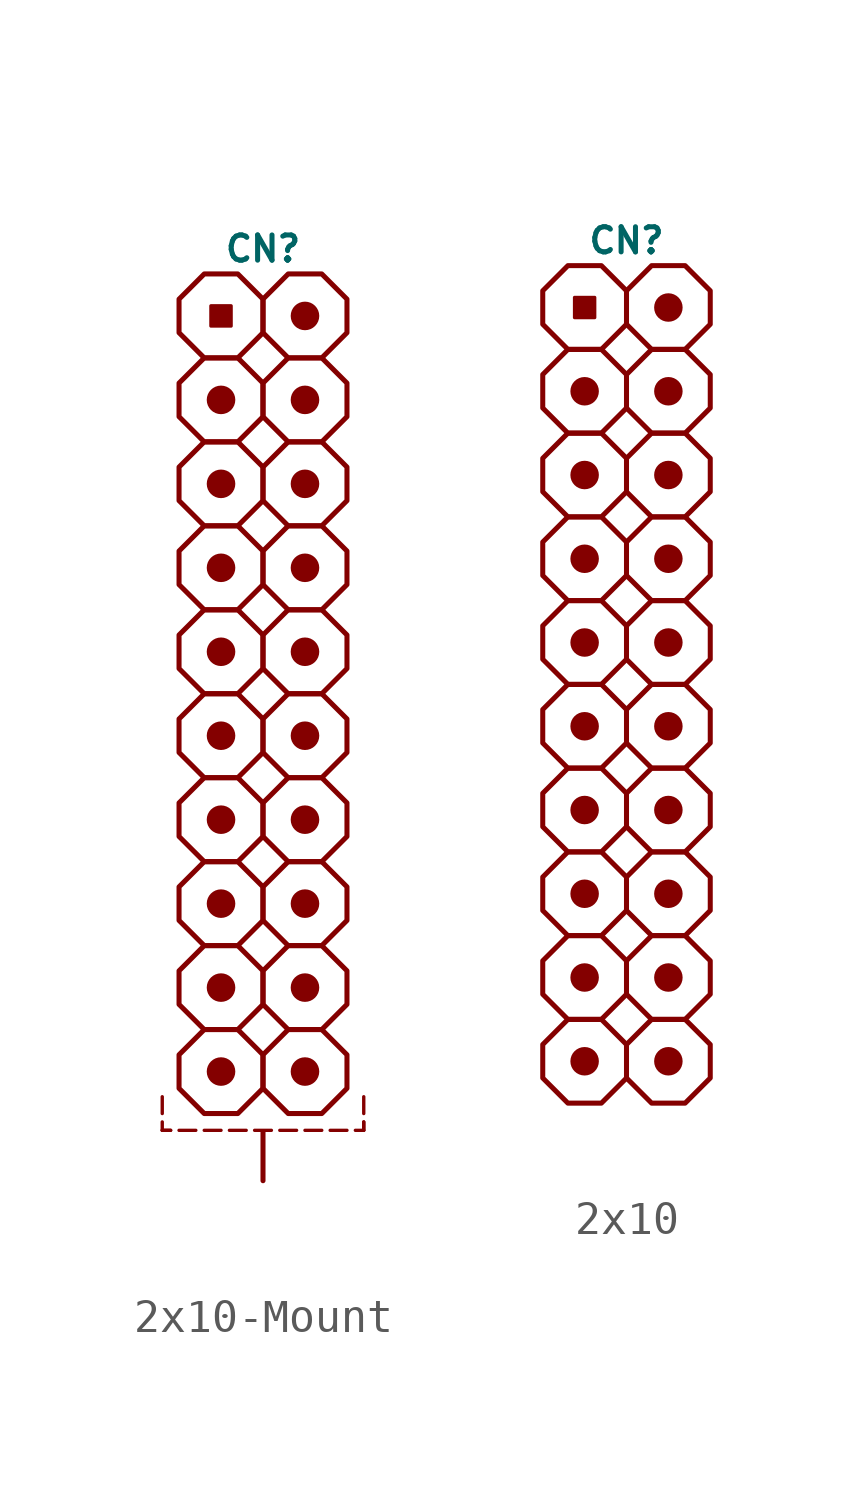
<source format=kicad_sym>
(kicad_symbol_lib
  (version 20220914)
  (generator kicad_symbol_editor)
  (symbol "2x10-Mount"
    (pin_numbers hide)
    (pin_names
      (offset 0) hide)
    (property "Reference" "CN"
      (at 0 13.462 0)
      (effects (font (size 0.762 0.762))))
    (symbol "2x10-Mount_0_1"
      (rectangle (start -1.575 11.735) (end -0.965 11.125) (stroke (width 0.102) (type solid)) (fill (type outline)))
      (circle (center -1.27 -11.43) (radius 0.356) (stroke (width 0) (type solid)) (fill (type outline)))
      (circle (center -1.27 -8.89) (radius 0.356) (stroke (width 0) (type solid)) (fill (type outline)))
      (circle (center -1.27 -6.35) (radius 0.356) (stroke (width 0) (type solid)) (fill (type outline)))
      (circle (center -1.27 -3.81) (radius 0.356) (stroke (width 0) (type solid)) (fill (type outline)))
      (circle (center -1.27 -1.27) (radius 0.356) (stroke (width 0) (type solid)) (fill (type outline)))
      (circle (center -1.27 1.27) (radius 0.356) (stroke (width 0) (type solid)) (fill (type outline)))
      (circle (center -1.27 3.81) (radius 0.356) (stroke (width 0) (type solid)) (fill (type outline)))
      (circle (center -1.27 6.35) (radius 0.356) (stroke (width 0) (type solid)) (fill (type outline)))
      (circle (center -1.27 8.89) (radius 0.356) (stroke (width 0) (type solid)) (fill (type outline)))
      (polyline (pts (xy -1.27 -12.7) (xy -1.778 -12.7) (xy -2.54 -11.938) (xy -2.54 -10.922) (xy -1.778 -10.16) (xy -0.762 -10.16) (xy 0 -10.922) (xy 0 -11.938) (xy -0.762 -12.7) (xy -1.27 -12.7)) (stroke (width 0) (type solid)) (fill (type none)))
      (polyline (pts (xy -1.27 -10.16) (xy -1.778 -10.16) (xy -2.54 -9.398) (xy -2.54 -8.382) (xy -1.778 -7.62) (xy -0.762 -7.62) (xy 0 -8.382) (xy 0 -9.398) (xy -0.762 -10.16) (xy -1.27 -10.16)) (stroke (width 0) (type solid)) (fill (type none)))
      (polyline (pts (xy -1.27 -7.62) (xy -1.778 -7.62) (xy -2.54 -6.858) (xy -2.54 -5.842) (xy -1.778 -5.08) (xy -0.762 -5.08) (xy 0 -5.842) (xy 0 -6.858) (xy -0.762 -7.62) (xy -1.27 -7.62)) (stroke (width 0) (type solid)) (fill (type none)))
      (polyline (pts (xy -1.27 -5.08) (xy -1.778 -5.08) (xy -2.54 -4.318) (xy -2.54 -3.302) (xy -1.778 -2.54) (xy -0.762 -2.54) (xy 0 -3.302) (xy 0 -4.318) (xy -0.762 -5.08) (xy -1.27 -5.08)) (stroke (width 0) (type solid)) (fill (type none)))
      (polyline (pts (xy -1.27 -2.54) (xy -1.778 -2.54) (xy -2.54 -1.778) (xy -2.54 -0.762) (xy -1.778 0) (xy -0.762 0) (xy 0 -0.762) (xy 0 -1.778) (xy -0.762 -2.54) (xy -1.27 -2.54)) (stroke (width 0) (type solid)) (fill (type none)))
      (polyline (pts (xy -1.27 0) (xy -1.778 0) (xy -2.54 0.762) (xy -2.54 1.778) (xy -1.778 2.54) (xy -0.762 2.54) (xy 0 1.778) (xy 0 0.762) (xy -0.762 0) (xy -1.27 0)) (stroke (width 0) (type solid)) (fill (type none)))
      (polyline (pts (xy -1.27 2.54) (xy -1.778 2.54) (xy -2.54 3.302) (xy -2.54 4.318) (xy -1.778 5.08) (xy -0.762 5.08) (xy 0 4.318) (xy 0 3.302) (xy -0.762 2.54) (xy -1.27 2.54)) (stroke (width 0) (type solid)) (fill (type none)))
      (polyline (pts (xy -1.27 5.08) (xy -1.778 5.08) (xy -2.54 5.842) (xy -2.54 6.858) (xy -1.778 7.62) (xy -0.762 7.62) (xy 0 6.858) (xy 0 5.842) (xy -0.762 5.08) (xy -1.27 5.08)) (stroke (width 0) (type solid)) (fill (type none)))
      (polyline (pts (xy -1.27 7.62) (xy -1.778 7.62) (xy -2.54 8.382) (xy -2.54 9.398) (xy -1.778 10.16) (xy -0.762 10.16) (xy 0 9.398) (xy 0 8.382) (xy -0.762 7.62) (xy -1.27 7.62)) (stroke (width 0) (type solid)) (fill (type none)))
      (polyline (pts (xy -1.27 10.16) (xy -1.778 10.16) (xy -2.54 10.922) (xy -2.54 11.938) (xy -1.778 12.7) (xy -0.762 12.7) (xy 0 11.938) (xy 0 10.922) (xy -0.762 10.16) (xy -1.27 10.16)) (stroke (width 0) (type solid)) (fill (type none)))
      (polyline (pts (xy 1.27 -12.7) (xy 0.762 -12.7) (xy 0 -11.938) (xy 0 -10.922) (xy 0.762 -10.16) (xy 1.778 -10.16) (xy 2.54 -10.922) (xy 2.54 -11.938) (xy 1.778 -12.7) (xy 1.27 -12.7)) (stroke (width 0) (type solid)) (fill (type none)))
      (polyline (pts (xy 1.27 -10.16) (xy 0.762 -10.16) (xy 0 -9.398) (xy 0 -8.382) (xy 0.762 -7.62) (xy 1.778 -7.62) (xy 2.54 -8.382) (xy 2.54 -9.398) (xy 1.778 -10.16) (xy 1.27 -10.16)) (stroke (width 0) (type solid)) (fill (type none)))
      (polyline (pts (xy 1.27 -7.62) (xy 0.762 -7.62) (xy 0 -6.858) (xy 0 -5.842) (xy 0.762 -5.08) (xy 1.778 -5.08) (xy 2.54 -5.842) (xy 2.54 -6.858) (xy 1.778 -7.62) (xy 1.27 -7.62)) (stroke (width 0) (type solid)) (fill (type none)))
      (polyline (pts (xy 1.27 -5.08) (xy 0.762 -5.08) (xy 0 -4.318) (xy 0 -3.302) (xy 0.762 -2.54) (xy 1.778 -2.54) (xy 2.54 -3.302) (xy 2.54 -4.318) (xy 1.778 -5.08) (xy 1.27 -5.08)) (stroke (width 0) (type solid)) (fill (type none)))
      (polyline (pts (xy 1.27 -2.54) (xy 0.762 -2.54) (xy 0 -1.778) (xy 0 -0.762) (xy 0.762 0) (xy 1.778 0) (xy 2.54 -0.762) (xy 2.54 -1.778) (xy 1.778 -2.54) (xy 1.27 -2.54)) (stroke (width 0) (type solid)) (fill (type none)))
      (polyline (pts (xy 1.27 0) (xy 0.762 0) (xy 0 0.762) (xy 0 1.778) (xy 0.762 2.54) (xy 1.778 2.54) (xy 2.54 1.778) (xy 2.54 0.762) (xy 1.778 0) (xy 1.27 0)) (stroke (width 0) (type solid)) (fill (type none)))
      (polyline (pts (xy 1.27 2.54) (xy 0.762 2.54) (xy 0 3.302) (xy 0 4.318) (xy 0.762 5.08) (xy 1.778 5.08) (xy 2.54 4.318) (xy 2.54 3.302) (xy 1.778 2.54) (xy 1.27 2.54)) (stroke (width 0) (type solid)) (fill (type none)))
      (polyline (pts (xy 1.27 5.08) (xy 0.762 5.08) (xy 0 5.842) (xy 0 6.858) (xy 0.762 7.62) (xy 1.778 7.62) (xy 2.54 6.858) (xy 2.54 5.842) (xy 1.778 5.08) (xy 1.27 5.08)) (stroke (width 0) (type solid)) (fill (type none)))
      (polyline (pts (xy 1.27 7.62) (xy 0.762 7.62) (xy 0 8.382) (xy 0 9.398) (xy 0.762 10.16) (xy 1.778 10.16) (xy 2.54 9.398) (xy 2.54 8.382) (xy 1.778 7.62) (xy 1.27 7.62)) (stroke (width 0) (type solid)) (fill (type none)))
      (polyline (pts (xy 1.27 10.16) (xy 0.762 10.16) (xy 0 10.922) (xy 0 11.938) (xy 0.762 12.7) (xy 1.778 12.7) (xy 2.54 11.938) (xy 2.54 10.922) (xy 1.778 10.16) (xy 1.27 10.16)) (stroke (width 0) (type solid)) (fill (type none)))
      (circle (center 1.27 -11.43) (radius 0.356) (stroke (width 0) (type solid)) (fill (type outline)))
      (circle (center 1.27 -8.89) (radius 0.356) (stroke (width 0) (type solid)) (fill (type outline)))
      (circle (center 1.27 -6.35) (radius 0.356) (stroke (width 0) (type solid)) (fill (type outline)))
      (circle (center 1.27 -3.81) (radius 0.356) (stroke (width 0) (type solid)) (fill (type outline)))
      (circle (center 1.27 -1.27) (radius 0.356) (stroke (width 0) (type solid)) (fill (type outline)))
      (circle (center 1.27 1.27) (radius 0.356) (stroke (width 0) (type solid)) (fill (type outline)))
      (circle (center 1.27 3.81) (radius 0.356) (stroke (width 0) (type solid)) (fill (type outline)))
      (circle (center 1.27 6.35) (radius 0.356) (stroke (width 0) (type solid)) (fill (type outline)))
      (circle (center 1.27 8.89) (radius 0.356) (stroke (width 0) (type solid)) (fill (type outline)))
      (circle (center 1.27 11.43) (radius 0.356) (stroke (width 0) (type solid)) (fill (type outline))))
    (symbol "2x10-Mount_1_1"
      (polyline (pts (xy -3.048 -13.208) (xy -3.048 -12.954)) (stroke (width 0.102) (type solid)) (fill (type none)))
      (polyline (pts (xy -3.048 -13.208) (xy -2.794 -13.208)) (stroke (width 0.102) (type solid)) (fill (type none)))
      (polyline (pts (xy -3.048 -13.208) (xy -2.794 -13.208)) (stroke (width 0.102) (type solid)) (fill (type none)))
      (polyline (pts (xy -3.048 -12.7) (xy -3.048 -12.192)) (stroke (width 0.102) (type solid)) (fill (type none)))
      (polyline (pts (xy -2.54 -13.208) (xy -2.032 -13.208)) (stroke (width 0.102) (type solid)) (fill (type none)))
      (polyline (pts (xy -1.778 -13.208) (xy -1.27 -13.208)) (stroke (width 0.102) (type solid)) (fill (type none)))
      (polyline (pts (xy -1.016 -13.208) (xy -0.508 -13.208)) (stroke (width 0.102) (type solid)) (fill (type none)))
      (polyline (pts (xy -0.254 -13.208) (xy 0.254 -13.208)) (stroke (width 0.102) (type solid)) (fill (type none)))
      (polyline (pts (xy 0.508 -13.208) (xy 1.016 -13.208)) (stroke (width 0.102) (type solid)) (fill (type none)))
      (polyline (pts (xy 1.27 -13.208) (xy 1.778 -13.208)) (stroke (width 0.102) (type solid)) (fill (type none)))
      (polyline (pts (xy 2.032 -13.208) (xy 2.54 -13.208)) (stroke (width 0.102) (type solid)) (fill (type none)))
      (polyline (pts (xy 3.048 -13.208) (xy 2.794 -13.208)) (stroke (width 0.102) (type solid)) (fill (type none)))
      (polyline (pts (xy 3.048 -13.208) (xy 3.048 -12.954)) (stroke (width 0.102) (type solid)) (fill (type none)))
      (polyline (pts (xy 3.048 -13.208) (xy 3.048 -12.954)) (stroke (width 0.102) (type solid)) (fill (type none)))
      (polyline (pts (xy 3.048 -12.7) (xy 3.048 -12.192)) (stroke (width 0.102) (type solid)) (fill (type none)))
      (pin passive line (at 0 -14.732 90) (length 1.473) (name "0" (effects (font (size 0.762 0.762)))) (number "0" (effects (font (size 0.762 0.762)))))
      (pin passive line (at -1.27 11.43 0) (length 0) (name "1" (effects (font (size 0.889 0.889)))) (number "1" (effects (font (size 0.889 0.889)))))
      (pin passive line (at 1.27 1.27 180) (length 0) (name "10" (effects (font (size 0.889 0.889)))) (number "10" (effects (font (size 0.889 0.889)))))
      (pin passive line (at -1.27 -1.27 0) (length 0) (name "11" (effects (font (size 0.889 0.889)))) (number "11" (effects (font (size 0.889 0.889)))))
      (pin passive line (at 1.27 -1.27 180) (length 0) (name "12" (effects (font (size 0.889 0.889)))) (number "12" (effects (font (size 0.889 0.889)))))
      (pin passive line (at -1.27 -3.81 0) (length 0) (name "13" (effects (font (size 0.889 0.889)))) (number "13" (effects (font (size 0.889 0.889)))))
      (pin passive line (at 1.27 -3.81 180) (length 0) (name "14" (effects (font (size 0.889 0.889)))) (number "14" (effects (font (size 0.889 0.889)))))
      (pin passive line (at -1.27 -6.35 0) (length 0) (name "15" (effects (font (size 0.889 0.889)))) (number "15" (effects (font (size 0.889 0.889)))))
      (pin passive line (at 1.27 -6.35 180) (length 0) (name "16" (effects (font (size 0.889 0.889)))) (number "16" (effects (font (size 0.889 0.889)))))
      (pin passive line (at -1.27 -8.89 0) (length 0) (name "17" (effects (font (size 0.889 0.889)))) (number "17" (effects (font (size 0.889 0.889)))))
      (pin passive line (at 1.27 -8.89 180) (length 0) (name "18" (effects (font (size 0.889 0.889)))) (number "18" (effects (font (size 0.889 0.889)))))
      (pin passive line (at -1.27 -11.43 0) (length 0) (name "19" (effects (font (size 0.889 0.889)))) (number "19" (effects (font (size 0.889 0.889)))))
      (pin passive line (at 1.27 11.43 180) (length 0) (name "2" (effects (font (size 0.889 0.889)))) (number "2" (effects (font (size 0.889 0.889)))))
      (pin passive line (at 1.27 -11.43 180) (length 0) (name "20" (effects (font (size 0.889 0.889)))) (number "20" (effects (font (size 0.889 0.889)))))
      (pin passive line (at -1.27 8.89 0) (length 0) (name "3" (effects (font (size 0.889 0.889)))) (number "3" (effects (font (size 0.889 0.889)))))
      (pin passive line (at 1.27 8.89 180) (length 0) (name "4" (effects (font (size 0.889 0.889)))) (number "4" (effects (font (size 0.889 0.889)))))
      (pin passive line (at -1.27 6.35 0) (length 0) (name "5" (effects (font (size 0.889 0.889)))) (number "5" (effects (font (size 0.889 0.889)))))
      (pin passive line (at 1.27 6.35 180) (length 0) (name "6" (effects (font (size 0.889 0.889)))) (number "6" (effects (font (size 0.889 0.889)))))
      (pin passive line (at -1.27 3.81 0) (length 0) (name "7" (effects (font (size 0.889 0.889)))) (number "7" (effects (font (size 0.889 0.889)))))
      (pin passive line (at 1.27 3.81 180) (length 0) (name "8" (effects (font (size 0.889 0.889)))) (number "8" (effects (font (size 0.889 0.889)))))
      (pin passive line (at -1.27 1.27 0) (length 0) (name "9" (effects (font (size 0.889 0.889)))) (number "9" (effects (font (size 0.889 0.889)))))))
  (symbol "2x10"
    (pin_numbers hide)
    (pin_names
      (offset 0) hide)
    (property "Reference" "CN"
      (at 0 13.462 0)
      (effects (font (size 0.762 0.762))))
    (symbol "2x10_0_1"
      (rectangle (start -1.575 11.735) (end -0.965 11.125) (stroke (width 0.102) (type solid)) (fill (type outline)))
      (circle (center -1.27 -11.43) (radius 0.356) (stroke (width 0) (type solid)) (fill (type outline)))
      (circle (center -1.27 -8.89) (radius 0.356) (stroke (width 0) (type solid)) (fill (type outline)))
      (circle (center -1.27 -6.35) (radius 0.356) (stroke (width 0) (type solid)) (fill (type outline)))
      (circle (center -1.27 -3.81) (radius 0.356) (stroke (width 0) (type solid)) (fill (type outline)))
      (circle (center -1.27 -1.27) (radius 0.356) (stroke (width 0) (type solid)) (fill (type outline)))
      (circle (center -1.27 1.27) (radius 0.356) (stroke (width 0) (type solid)) (fill (type outline)))
      (circle (center -1.27 3.81) (radius 0.356) (stroke (width 0) (type solid)) (fill (type outline)))
      (circle (center -1.27 6.35) (radius 0.356) (stroke (width 0) (type solid)) (fill (type outline)))
      (circle (center -1.27 8.89) (radius 0.356) (stroke (width 0) (type solid)) (fill (type outline)))
      (polyline (pts (xy -1.27 -12.7) (xy -1.778 -12.7) (xy -2.54 -11.938) (xy -2.54 -10.922) (xy -1.778 -10.16) (xy -0.762 -10.16) (xy 0 -10.922) (xy 0 -11.938) (xy -0.762 -12.7) (xy -1.27 -12.7)) (stroke (width 0) (type solid)) (fill (type none)))
      (polyline (pts (xy -1.27 -10.16) (xy -1.778 -10.16) (xy -2.54 -9.398) (xy -2.54 -8.382) (xy -1.778 -7.62) (xy -0.762 -7.62) (xy 0 -8.382) (xy 0 -9.398) (xy -0.762 -10.16) (xy -1.27 -10.16)) (stroke (width 0) (type solid)) (fill (type none)))
      (polyline (pts (xy -1.27 -7.62) (xy -1.778 -7.62) (xy -2.54 -6.858) (xy -2.54 -5.842) (xy -1.778 -5.08) (xy -0.762 -5.08) (xy 0 -5.842) (xy 0 -6.858) (xy -0.762 -7.62) (xy -1.27 -7.62)) (stroke (width 0) (type solid)) (fill (type none)))
      (polyline (pts (xy -1.27 -5.08) (xy -1.778 -5.08) (xy -2.54 -4.318) (xy -2.54 -3.302) (xy -1.778 -2.54) (xy -0.762 -2.54) (xy 0 -3.302) (xy 0 -4.318) (xy -0.762 -5.08) (xy -1.27 -5.08)) (stroke (width 0) (type solid)) (fill (type none)))
      (polyline (pts (xy -1.27 -2.54) (xy -1.778 -2.54) (xy -2.54 -1.778) (xy -2.54 -0.762) (xy -1.778 0) (xy -0.762 0) (xy 0 -0.762) (xy 0 -1.778) (xy -0.762 -2.54) (xy -1.27 -2.54)) (stroke (width 0) (type solid)) (fill (type none)))
      (polyline (pts (xy -1.27 0) (xy -1.778 0) (xy -2.54 0.762) (xy -2.54 1.778) (xy -1.778 2.54) (xy -0.762 2.54) (xy 0 1.778) (xy 0 0.762) (xy -0.762 0) (xy -1.27 0)) (stroke (width 0) (type solid)) (fill (type none)))
      (polyline (pts (xy -1.27 2.54) (xy -1.778 2.54) (xy -2.54 3.302) (xy -2.54 4.318) (xy -1.778 5.08) (xy -0.762 5.08) (xy 0 4.318) (xy 0 3.302) (xy -0.762 2.54) (xy -1.27 2.54)) (stroke (width 0) (type solid)) (fill (type none)))
      (polyline (pts (xy -1.27 5.08) (xy -1.778 5.08) (xy -2.54 5.842) (xy -2.54 6.858) (xy -1.778 7.62) (xy -0.762 7.62) (xy 0 6.858) (xy 0 5.842) (xy -0.762 5.08) (xy -1.27 5.08)) (stroke (width 0) (type solid)) (fill (type none)))
      (polyline (pts (xy -1.27 7.62) (xy -1.778 7.62) (xy -2.54 8.382) (xy -2.54 9.398) (xy -1.778 10.16) (xy -0.762 10.16) (xy 0 9.398) (xy 0 8.382) (xy -0.762 7.62) (xy -1.27 7.62)) (stroke (width 0) (type solid)) (fill (type none)))
      (polyline (pts (xy -1.27 10.16) (xy -1.778 10.16) (xy -2.54 10.922) (xy -2.54 11.938) (xy -1.778 12.7) (xy -0.762 12.7) (xy 0 11.938) (xy 0 10.922) (xy -0.762 10.16) (xy -1.27 10.16)) (stroke (width 0) (type solid)) (fill (type none)))
      (polyline (pts (xy 1.27 -12.7) (xy 0.762 -12.7) (xy 0 -11.938) (xy 0 -10.922) (xy 0.762 -10.16) (xy 1.778 -10.16) (xy 2.54 -10.922) (xy 2.54 -11.938) (xy 1.778 -12.7) (xy 1.27 -12.7)) (stroke (width 0) (type solid)) (fill (type none)))
      (polyline (pts (xy 1.27 -10.16) (xy 0.762 -10.16) (xy 0 -9.398) (xy 0 -8.382) (xy 0.762 -7.62) (xy 1.778 -7.62) (xy 2.54 -8.382) (xy 2.54 -9.398) (xy 1.778 -10.16) (xy 1.27 -10.16)) (stroke (width 0) (type solid)) (fill (type none)))
      (polyline (pts (xy 1.27 -7.62) (xy 0.762 -7.62) (xy 0 -6.858) (xy 0 -5.842) (xy 0.762 -5.08) (xy 1.778 -5.08) (xy 2.54 -5.842) (xy 2.54 -6.858) (xy 1.778 -7.62) (xy 1.27 -7.62)) (stroke (width 0) (type solid)) (fill (type none)))
      (polyline (pts (xy 1.27 -5.08) (xy 0.762 -5.08) (xy 0 -4.318) (xy 0 -3.302) (xy 0.762 -2.54) (xy 1.778 -2.54) (xy 2.54 -3.302) (xy 2.54 -4.318) (xy 1.778 -5.08) (xy 1.27 -5.08)) (stroke (width 0) (type solid)) (fill (type none)))
      (polyline (pts (xy 1.27 -2.54) (xy 0.762 -2.54) (xy 0 -1.778) (xy 0 -0.762) (xy 0.762 0) (xy 1.778 0) (xy 2.54 -0.762) (xy 2.54 -1.778) (xy 1.778 -2.54) (xy 1.27 -2.54)) (stroke (width 0) (type solid)) (fill (type none)))
      (polyline (pts (xy 1.27 0) (xy 0.762 0) (xy 0 0.762) (xy 0 1.778) (xy 0.762 2.54) (xy 1.778 2.54) (xy 2.54 1.778) (xy 2.54 0.762) (xy 1.778 0) (xy 1.27 0)) (stroke (width 0) (type solid)) (fill (type none)))
      (polyline (pts (xy 1.27 2.54) (xy 0.762 2.54) (xy 0 3.302) (xy 0 4.318) (xy 0.762 5.08) (xy 1.778 5.08) (xy 2.54 4.318) (xy 2.54 3.302) (xy 1.778 2.54) (xy 1.27 2.54)) (stroke (width 0) (type solid)) (fill (type none)))
      (polyline (pts (xy 1.27 5.08) (xy 0.762 5.08) (xy 0 5.842) (xy 0 6.858) (xy 0.762 7.62) (xy 1.778 7.62) (xy 2.54 6.858) (xy 2.54 5.842) (xy 1.778 5.08) (xy 1.27 5.08)) (stroke (width 0) (type solid)) (fill (type none)))
      (polyline (pts (xy 1.27 7.62) (xy 0.762 7.62) (xy 0 8.382) (xy 0 9.398) (xy 0.762 10.16) (xy 1.778 10.16) (xy 2.54 9.398) (xy 2.54 8.382) (xy 1.778 7.62) (xy 1.27 7.62)) (stroke (width 0) (type solid)) (fill (type none)))
      (polyline (pts (xy 1.27 10.16) (xy 0.762 10.16) (xy 0 10.922) (xy 0 11.938) (xy 0.762 12.7) (xy 1.778 12.7) (xy 2.54 11.938) (xy 2.54 10.922) (xy 1.778 10.16) (xy 1.27 10.16)) (stroke (width 0) (type solid)) (fill (type none)))
      (circle (center 1.27 -11.43) (radius 0.356) (stroke (width 0) (type solid)) (fill (type outline)))
      (circle (center 1.27 -8.89) (radius 0.356) (stroke (width 0) (type solid)) (fill (type outline)))
      (circle (center 1.27 -6.35) (radius 0.356) (stroke (width 0) (type solid)) (fill (type outline)))
      (circle (center 1.27 -3.81) (radius 0.356) (stroke (width 0) (type solid)) (fill (type outline)))
      (circle (center 1.27 -1.27) (radius 0.356) (stroke (width 0) (type solid)) (fill (type outline)))
      (circle (center 1.27 1.27) (radius 0.356) (stroke (width 0) (type solid)) (fill (type outline)))
      (circle (center 1.27 3.81) (radius 0.356) (stroke (width 0) (type solid)) (fill (type outline)))
      (circle (center 1.27 6.35) (radius 0.356) (stroke (width 0) (type solid)) (fill (type outline)))
      (circle (center 1.27 8.89) (radius 0.356) (stroke (width 0) (type solid)) (fill (type outline)))
      (circle (center 1.27 11.43) (radius 0.356) (stroke (width 0) (type solid)) (fill (type outline))))
    (symbol "2x10_1_1"
      (pin passive line (at -1.27 11.43 0) (length 0) (name "1" (effects (font (size 0.889 0.889)))) (number "1" (effects (font (size 0.889 0.889)))))
      (pin passive line (at 1.27 1.27 180) (length 0) (name "10" (effects (font (size 0.889 0.889)))) (number "10" (effects (font (size 0.889 0.889)))))
      (pin passive line (at -1.27 -1.27 0) (length 0) (name "11" (effects (font (size 0.889 0.889)))) (number "11" (effects (font (size 0.889 0.889)))))
      (pin passive line (at 1.27 -1.27 180) (length 0) (name "12" (effects (font (size 0.889 0.889)))) (number "12" (effects (font (size 0.889 0.889)))))
      (pin passive line (at -1.27 -3.81 0) (length 0) (name "13" (effects (font (size 0.889 0.889)))) (number "13" (effects (font (size 0.889 0.889)))))
      (pin passive line (at 1.27 -3.81 180) (length 0) (name "14" (effects (font (size 0.889 0.889)))) (number "14" (effects (font (size 0.889 0.889)))))
      (pin passive line (at -1.27 -6.35 0) (length 0) (name "15" (effects (font (size 0.889 0.889)))) (number "15" (effects (font (size 0.889 0.889)))))
      (pin passive line (at 1.27 -6.35 180) (length 0) (name "16" (effects (font (size 0.889 0.889)))) (number "16" (effects (font (size 0.889 0.889)))))
      (pin passive line (at -1.27 -8.89 0) (length 0) (name "17" (effects (font (size 0.889 0.889)))) (number "17" (effects (font (size 0.889 0.889)))))
      (pin passive line (at 1.27 -8.89 180) (length 0) (name "18" (effects (font (size 0.889 0.889)))) (number "18" (effects (font (size 0.889 0.889)))))
      (pin passive line (at -1.27 -11.43 0) (length 0) (name "19" (effects (font (size 0.889 0.889)))) (number "19" (effects (font (size 0.889 0.889)))))
      (pin passive line (at 1.27 11.43 180) (length 0) (name "2" (effects (font (size 0.889 0.889)))) (number "2" (effects (font (size 0.889 0.889)))))
      (pin passive line (at 1.27 -11.43 180) (length 0) (name "20" (effects (font (size 0.889 0.889)))) (number "20" (effects (font (size 0.889 0.889)))))
      (pin passive line (at -1.27 8.89 0) (length 0) (name "3" (effects (font (size 0.889 0.889)))) (number "3" (effects (font (size 0.889 0.889)))))
      (pin passive line (at 1.27 8.89 180) (length 0) (name "4" (effects (font (size 0.889 0.889)))) (number "4" (effects (font (size 0.889 0.889)))))
      (pin passive line (at -1.27 6.35 0) (length 0) (name "5" (effects (font (size 0.889 0.889)))) (number "5" (effects (font (size 0.889 0.889)))))
      (pin passive line (at 1.27 6.35 180) (length 0) (name "6" (effects (font (size 0.889 0.889)))) (number "6" (effects (font (size 0.889 0.889)))))
      (pin passive line (at -1.27 3.81 0) (length 0) (name "7" (effects (font (size 0.889 0.889)))) (number "7" (effects (font (size 0.889 0.889)))))
      (pin passive line (at 1.27 3.81 180) (length 0) (name "8" (effects (font (size 0.889 0.889)))) (number "8" (effects (font (size 0.889 0.889)))))
      (pin passive line (at -1.27 1.27 0) (length 0) (name "9" (effects (font (size 0.889 0.889)))) (number "9" (effects (font (size 0.889 0.889))))))))
</source>
